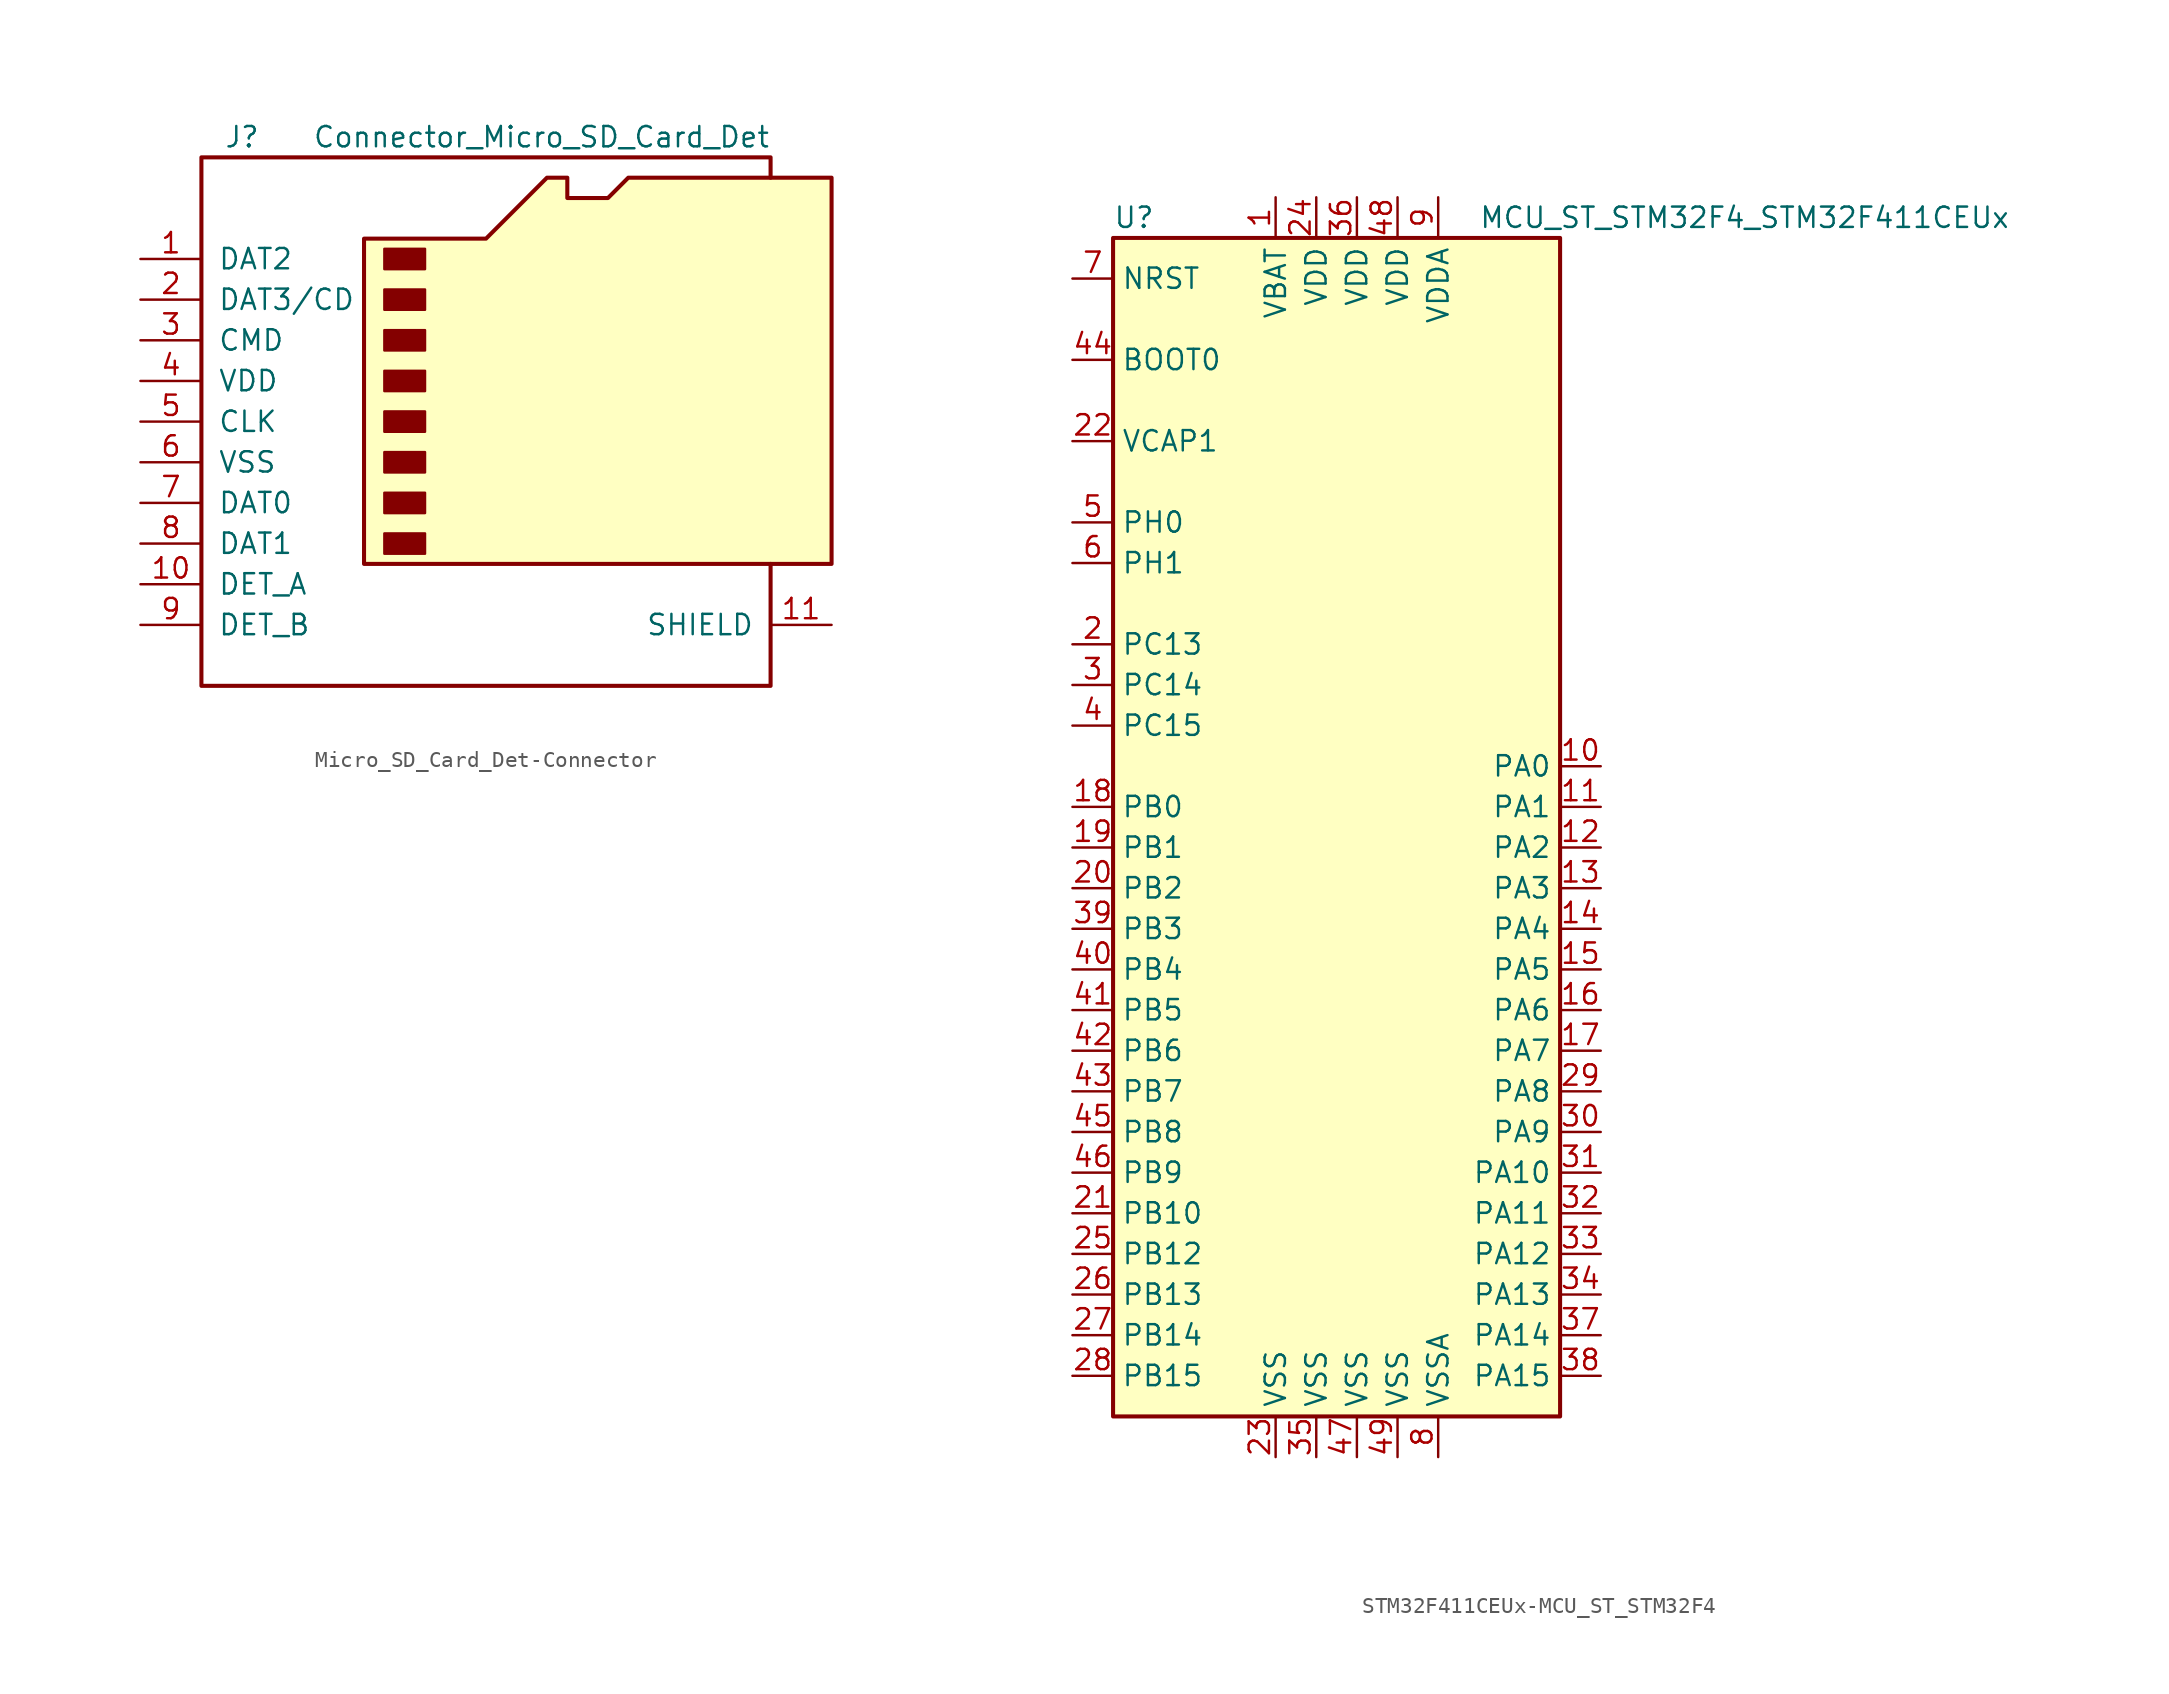
<source format=kicad_sym>
(kicad_symbol_lib
  (version 20220914)
  (generator kicad_symbol_editor)
  (symbol "Micro_SD_Card_Det-Connector"
    (pin_names
      (offset 1.016))
    (property "Reference" "J"
      (at -16.51 17.78 0)
      (effects (font (size 1.27 1.27))))
    (property "Value" "Connector_Micro_SD_Card_Det"
      (at 16.51 17.78 0)
      (effects (font (size 1.27 1.27)) (justify right)))
    (symbol "Micro_SD_Card_Det-Connector_0_1"
      (rectangle (start -7.62 -6.985) (end -5.08 -8.255) (stroke (width 0) (type solid)) (fill (type outline)))
      (rectangle (start -7.62 -4.445) (end -5.08 -5.715) (stroke (width 0) (type solid)) (fill (type outline)))
      (rectangle (start -7.62 -1.905) (end -5.08 -3.175) (stroke (width 0) (type solid)) (fill (type outline)))
      (rectangle (start -7.62 0.635) (end -5.08 -0.635) (stroke (width 0) (type solid)) (fill (type outline)))
      (rectangle (start -7.62 3.175) (end -5.08 1.905) (stroke (width 0) (type solid)) (fill (type outline)))
      (rectangle (start -7.62 5.715) (end -5.08 4.445) (stroke (width 0) (type solid)) (fill (type outline)))
      (rectangle (start -7.62 8.255) (end -5.08 6.985) (stroke (width 0) (type solid)) (fill (type outline)))
      (rectangle (start -7.62 10.795) (end -5.08 9.525) (stroke (width 0) (type solid)) (fill (type outline)))
      (polyline (pts (xy 16.51 15.24) (xy 16.51 16.51) (xy -19.05 16.51) (xy -19.05 -16.51) (xy 16.51 -16.51) (xy 16.51 -8.89)) (stroke (width 0.254) (type solid)) (fill (type none)))
      (polyline (pts (xy -8.89 -8.89) (xy -8.89 11.43) (xy -1.27 11.43) (xy 2.54 15.24) (xy 3.81 15.24) (xy 3.81 13.97) (xy 6.35 13.97) (xy 7.62 15.24) (xy 20.32 15.24) (xy 20.32 -8.89) (xy -8.89 -8.89)) (stroke (width 0.254) (type solid)) (fill (type background))))
    (symbol "Micro_SD_Card_Det-Connector_1_1"
      (pin bidirectional line (at -22.86 10.16 0) (length 3.81) (name "DAT2" (effects (font (size 1.27 1.27)))) (number "1" (effects (font (size 1.27 1.27)))))
      (pin passive line (at -22.86 -10.16 0) (length 3.81) (name "DET_A" (effects (font (size 1.27 1.27)))) (number "10" (effects (font (size 1.27 1.27)))))
      (pin passive line (at 20.32 -12.7 180) (length 3.81) (name "SHIELD" (effects (font (size 1.27 1.27)))) (number "11" (effects (font (size 1.27 1.27)))))
      (pin bidirectional line (at -22.86 7.62 0) (length 3.81) (name "DAT3/CD" (effects (font (size 1.27 1.27)))) (number "2" (effects (font (size 1.27 1.27)))))
      (pin input line (at -22.86 5.08 0) (length 3.81) (name "CMD" (effects (font (size 1.27 1.27)))) (number "3" (effects (font (size 1.27 1.27)))))
      (pin power_in line (at -22.86 2.54 0) (length 3.81) (name "VDD" (effects (font (size 1.27 1.27)))) (number "4" (effects (font (size 1.27 1.27)))))
      (pin input line (at -22.86 0 0) (length 3.81) (name "CLK" (effects (font (size 1.27 1.27)))) (number "5" (effects (font (size 1.27 1.27)))))
      (pin power_in line (at -22.86 -2.54 0) (length 3.81) (name "VSS" (effects (font (size 1.27 1.27)))) (number "6" (effects (font (size 1.27 1.27)))))
      (pin bidirectional line (at -22.86 -5.08 0) (length 3.81) (name "DAT0" (effects (font (size 1.27 1.27)))) (number "7" (effects (font (size 1.27 1.27)))))
      (pin bidirectional line (at -22.86 -7.62 0) (length 3.81) (name "DAT1" (effects (font (size 1.27 1.27)))) (number "8" (effects (font (size 1.27 1.27)))))
      (pin passive line (at -22.86 -12.7 0) (length 3.81) (name "DET_B" (effects (font (size 1.27 1.27)))) (number "9" (effects (font (size 1.27 1.27)))))))
  (symbol "STM32F411CEUx-MCU_ST_STM32F4"
    (property "Reference" "U"
      (at -15.24 36.83 0)
      (effects (font (size 1.27 1.27)) (justify left)))
    (property "Value" "MCU_ST_STM32F4_STM32F411CEUx"
      (at 7.62 36.83 0)
      (effects (font (size 1.27 1.27)) (justify left)))
    (symbol "STM32F411CEUx-MCU_ST_STM32F4_0_1"
      (rectangle (start -15.24 -38.1) (end 12.7 35.56) (stroke (width 0.254) (type solid)) (fill (type background))))
    (symbol "STM32F411CEUx-MCU_ST_STM32F4_1_1"
      (pin power_in line (at -5.08 38.1 270) (length 2.54) (name "VBAT" (effects (font (size 1.27 1.27)))) (number "1" (effects (font (size 1.27 1.27)))))
      (pin bidirectional line (at 15.24 2.54 180) (length 2.54) (name "PA0" (effects (font (size 1.27 1.27)))) (number "10" (effects (font (size 1.27 1.27)))))
      (pin bidirectional line (at 15.24 0 180) (length 2.54) (name "PA1" (effects (font (size 1.27 1.27)))) (number "11" (effects (font (size 1.27 1.27)))))
      (pin bidirectional line (at 15.24 -2.54 180) (length 2.54) (name "PA2" (effects (font (size 1.27 1.27)))) (number "12" (effects (font (size 1.27 1.27)))))
      (pin bidirectional line (at 15.24 -5.08 180) (length 2.54) (name "PA3" (effects (font (size 1.27 1.27)))) (number "13" (effects (font (size 1.27 1.27)))))
      (pin bidirectional line (at 15.24 -7.62 180) (length 2.54) (name "PA4" (effects (font (size 1.27 1.27)))) (number "14" (effects (font (size 1.27 1.27)))))
      (pin bidirectional line (at 15.24 -10.16 180) (length 2.54) (name "PA5" (effects (font (size 1.27 1.27)))) (number "15" (effects (font (size 1.27 1.27)))))
      (pin bidirectional line (at 15.24 -12.7 180) (length 2.54) (name "PA6" (effects (font (size 1.27 1.27)))) (number "16" (effects (font (size 1.27 1.27)))))
      (pin bidirectional line (at 15.24 -15.24 180) (length 2.54) (name "PA7" (effects (font (size 1.27 1.27)))) (number "17" (effects (font (size 1.27 1.27)))))
      (pin bidirectional line (at -17.78 0 0) (length 2.54) (name "PB0" (effects (font (size 1.27 1.27)))) (number "18" (effects (font (size 1.27 1.27)))))
      (pin bidirectional line (at -17.78 -2.54 0) (length 2.54) (name "PB1" (effects (font (size 1.27 1.27)))) (number "19" (effects (font (size 1.27 1.27)))))
      (pin bidirectional line (at -17.78 10.16 0) (length 2.54) (name "PC13" (effects (font (size 1.27 1.27)))) (number "2" (effects (font (size 1.27 1.27)))))
      (pin bidirectional line (at -17.78 -5.08 0) (length 2.54) (name "PB2" (effects (font (size 1.27 1.27)))) (number "20" (effects (font (size 1.27 1.27)))))
      (pin bidirectional line (at -17.78 -25.4 0) (length 2.54) (name "PB10" (effects (font (size 1.27 1.27)))) (number "21" (effects (font (size 1.27 1.27)))))
      (pin power_in line (at -17.78 22.86 0) (length 2.54) (name "VCAP1" (effects (font (size 1.27 1.27)))) (number "22" (effects (font (size 1.27 1.27)))))
      (pin power_in line (at -5.08 -40.64 90) (length 2.54) (name "VSS" (effects (font (size 1.27 1.27)))) (number "23" (effects (font (size 1.27 1.27)))))
      (pin power_in line (at -2.54 38.1 270) (length 2.54) (name "VDD" (effects (font (size 1.27 1.27)))) (number "24" (effects (font (size 1.27 1.27)))))
      (pin bidirectional line (at -17.78 -27.94 0) (length 2.54) (name "PB12" (effects (font (size 1.27 1.27)))) (number "25" (effects (font (size 1.27 1.27)))))
      (pin bidirectional line (at -17.78 -30.48 0) (length 2.54) (name "PB13" (effects (font (size 1.27 1.27)))) (number "26" (effects (font (size 1.27 1.27)))))
      (pin bidirectional line (at -17.78 -33.02 0) (length 2.54) (name "PB14" (effects (font (size 1.27 1.27)))) (number "27" (effects (font (size 1.27 1.27)))))
      (pin bidirectional line (at -17.78 -35.56 0) (length 2.54) (name "PB15" (effects (font (size 1.27 1.27)))) (number "28" (effects (font (size 1.27 1.27)))))
      (pin bidirectional line (at 15.24 -17.78 180) (length 2.54) (name "PA8" (effects (font (size 1.27 1.27)))) (number "29" (effects (font (size 1.27 1.27)))))
      (pin bidirectional line (at -17.78 7.62 0) (length 2.54) (name "PC14" (effects (font (size 1.27 1.27)))) (number "3" (effects (font (size 1.27 1.27)))))
      (pin bidirectional line (at 15.24 -20.32 180) (length 2.54) (name "PA9" (effects (font (size 1.27 1.27)))) (number "30" (effects (font (size 1.27 1.27)))))
      (pin bidirectional line (at 15.24 -22.86 180) (length 2.54) (name "PA10" (effects (font (size 1.27 1.27)))) (number "31" (effects (font (size 1.27 1.27)))))
      (pin bidirectional line (at 15.24 -25.4 180) (length 2.54) (name "PA11" (effects (font (size 1.27 1.27)))) (number "32" (effects (font (size 1.27 1.27)))))
      (pin bidirectional line (at 15.24 -27.94 180) (length 2.54) (name "PA12" (effects (font (size 1.27 1.27)))) (number "33" (effects (font (size 1.27 1.27)))))
      (pin bidirectional line (at 15.24 -30.48 180) (length 2.54) (name "PA13" (effects (font (size 1.27 1.27)))) (number "34" (effects (font (size 1.27 1.27)))))
      (pin power_in line (at -2.54 -40.64 90) (length 2.54) (name "VSS" (effects (font (size 1.27 1.27)))) (number "35" (effects (font (size 1.27 1.27)))))
      (pin power_in line (at 0 38.1 270) (length 2.54) (name "VDD" (effects (font (size 1.27 1.27)))) (number "36" (effects (font (size 1.27 1.27)))))
      (pin bidirectional line (at 15.24 -33.02 180) (length 2.54) (name "PA14" (effects (font (size 1.27 1.27)))) (number "37" (effects (font (size 1.27 1.27)))))
      (pin bidirectional line (at 15.24 -35.56 180) (length 2.54) (name "PA15" (effects (font (size 1.27 1.27)))) (number "38" (effects (font (size 1.27 1.27)))))
      (pin bidirectional line (at -17.78 -7.62 0) (length 2.54) (name "PB3" (effects (font (size 1.27 1.27)))) (number "39" (effects (font (size 1.27 1.27)))))
      (pin bidirectional line (at -17.78 5.08 0) (length 2.54) (name "PC15" (effects (font (size 1.27 1.27)))) (number "4" (effects (font (size 1.27 1.27)))))
      (pin bidirectional line (at -17.78 -10.16 0) (length 2.54) (name "PB4" (effects (font (size 1.27 1.27)))) (number "40" (effects (font (size 1.27 1.27)))))
      (pin bidirectional line (at -17.78 -12.7 0) (length 2.54) (name "PB5" (effects (font (size 1.27 1.27)))) (number "41" (effects (font (size 1.27 1.27)))))
      (pin bidirectional line (at -17.78 -15.24 0) (length 2.54) (name "PB6" (effects (font (size 1.27 1.27)))) (number "42" (effects (font (size 1.27 1.27)))))
      (pin bidirectional line (at -17.78 -17.78 0) (length 2.54) (name "PB7" (effects (font (size 1.27 1.27)))) (number "43" (effects (font (size 1.27 1.27)))))
      (pin input line (at -17.78 27.94 0) (length 2.54) (name "BOOT0" (effects (font (size 1.27 1.27)))) (number "44" (effects (font (size 1.27 1.27)))))
      (pin bidirectional line (at -17.78 -20.32 0) (length 2.54) (name "PB8" (effects (font (size 1.27 1.27)))) (number "45" (effects (font (size 1.27 1.27)))))
      (pin bidirectional line (at -17.78 -22.86 0) (length 2.54) (name "PB9" (effects (font (size 1.27 1.27)))) (number "46" (effects (font (size 1.27 1.27)))))
      (pin power_in line (at 0 -40.64 90) (length 2.54) (name "VSS" (effects (font (size 1.27 1.27)))) (number "47" (effects (font (size 1.27 1.27)))))
      (pin power_in line (at 2.54 38.1 270) (length 2.54) (name "VDD" (effects (font (size 1.27 1.27)))) (number "48" (effects (font (size 1.27 1.27)))))
      (pin power_in line (at 2.54 -40.64 90) (length 2.54) (name "VSS" (effects (font (size 1.27 1.27)))) (number "49" (effects (font (size 1.27 1.27)))))
      (pin input line (at -17.78 17.78 0) (length 2.54) (name "PH0" (effects (font (size 1.27 1.27)))) (number "5" (effects (font (size 1.27 1.27)))))
      (pin input line (at -17.78 15.24 0) (length 2.54) (name "PH1" (effects (font (size 1.27 1.27)))) (number "6" (effects (font (size 1.27 1.27)))))
      (pin input line (at -17.78 33.02 0) (length 2.54) (name "NRST" (effects (font (size 1.27 1.27)))) (number "7" (effects (font (size 1.27 1.27)))))
      (pin power_in line (at 5.08 -40.64 90) (length 2.54) (name "VSSA" (effects (font (size 1.27 1.27)))) (number "8" (effects (font (size 1.27 1.27)))))
      (pin power_in line (at 5.08 38.1 270) (length 2.54) (name "VDDA" (effects (font (size 1.27 1.27)))) (number "9" (effects (font (size 1.27 1.27))))))))
</source>
